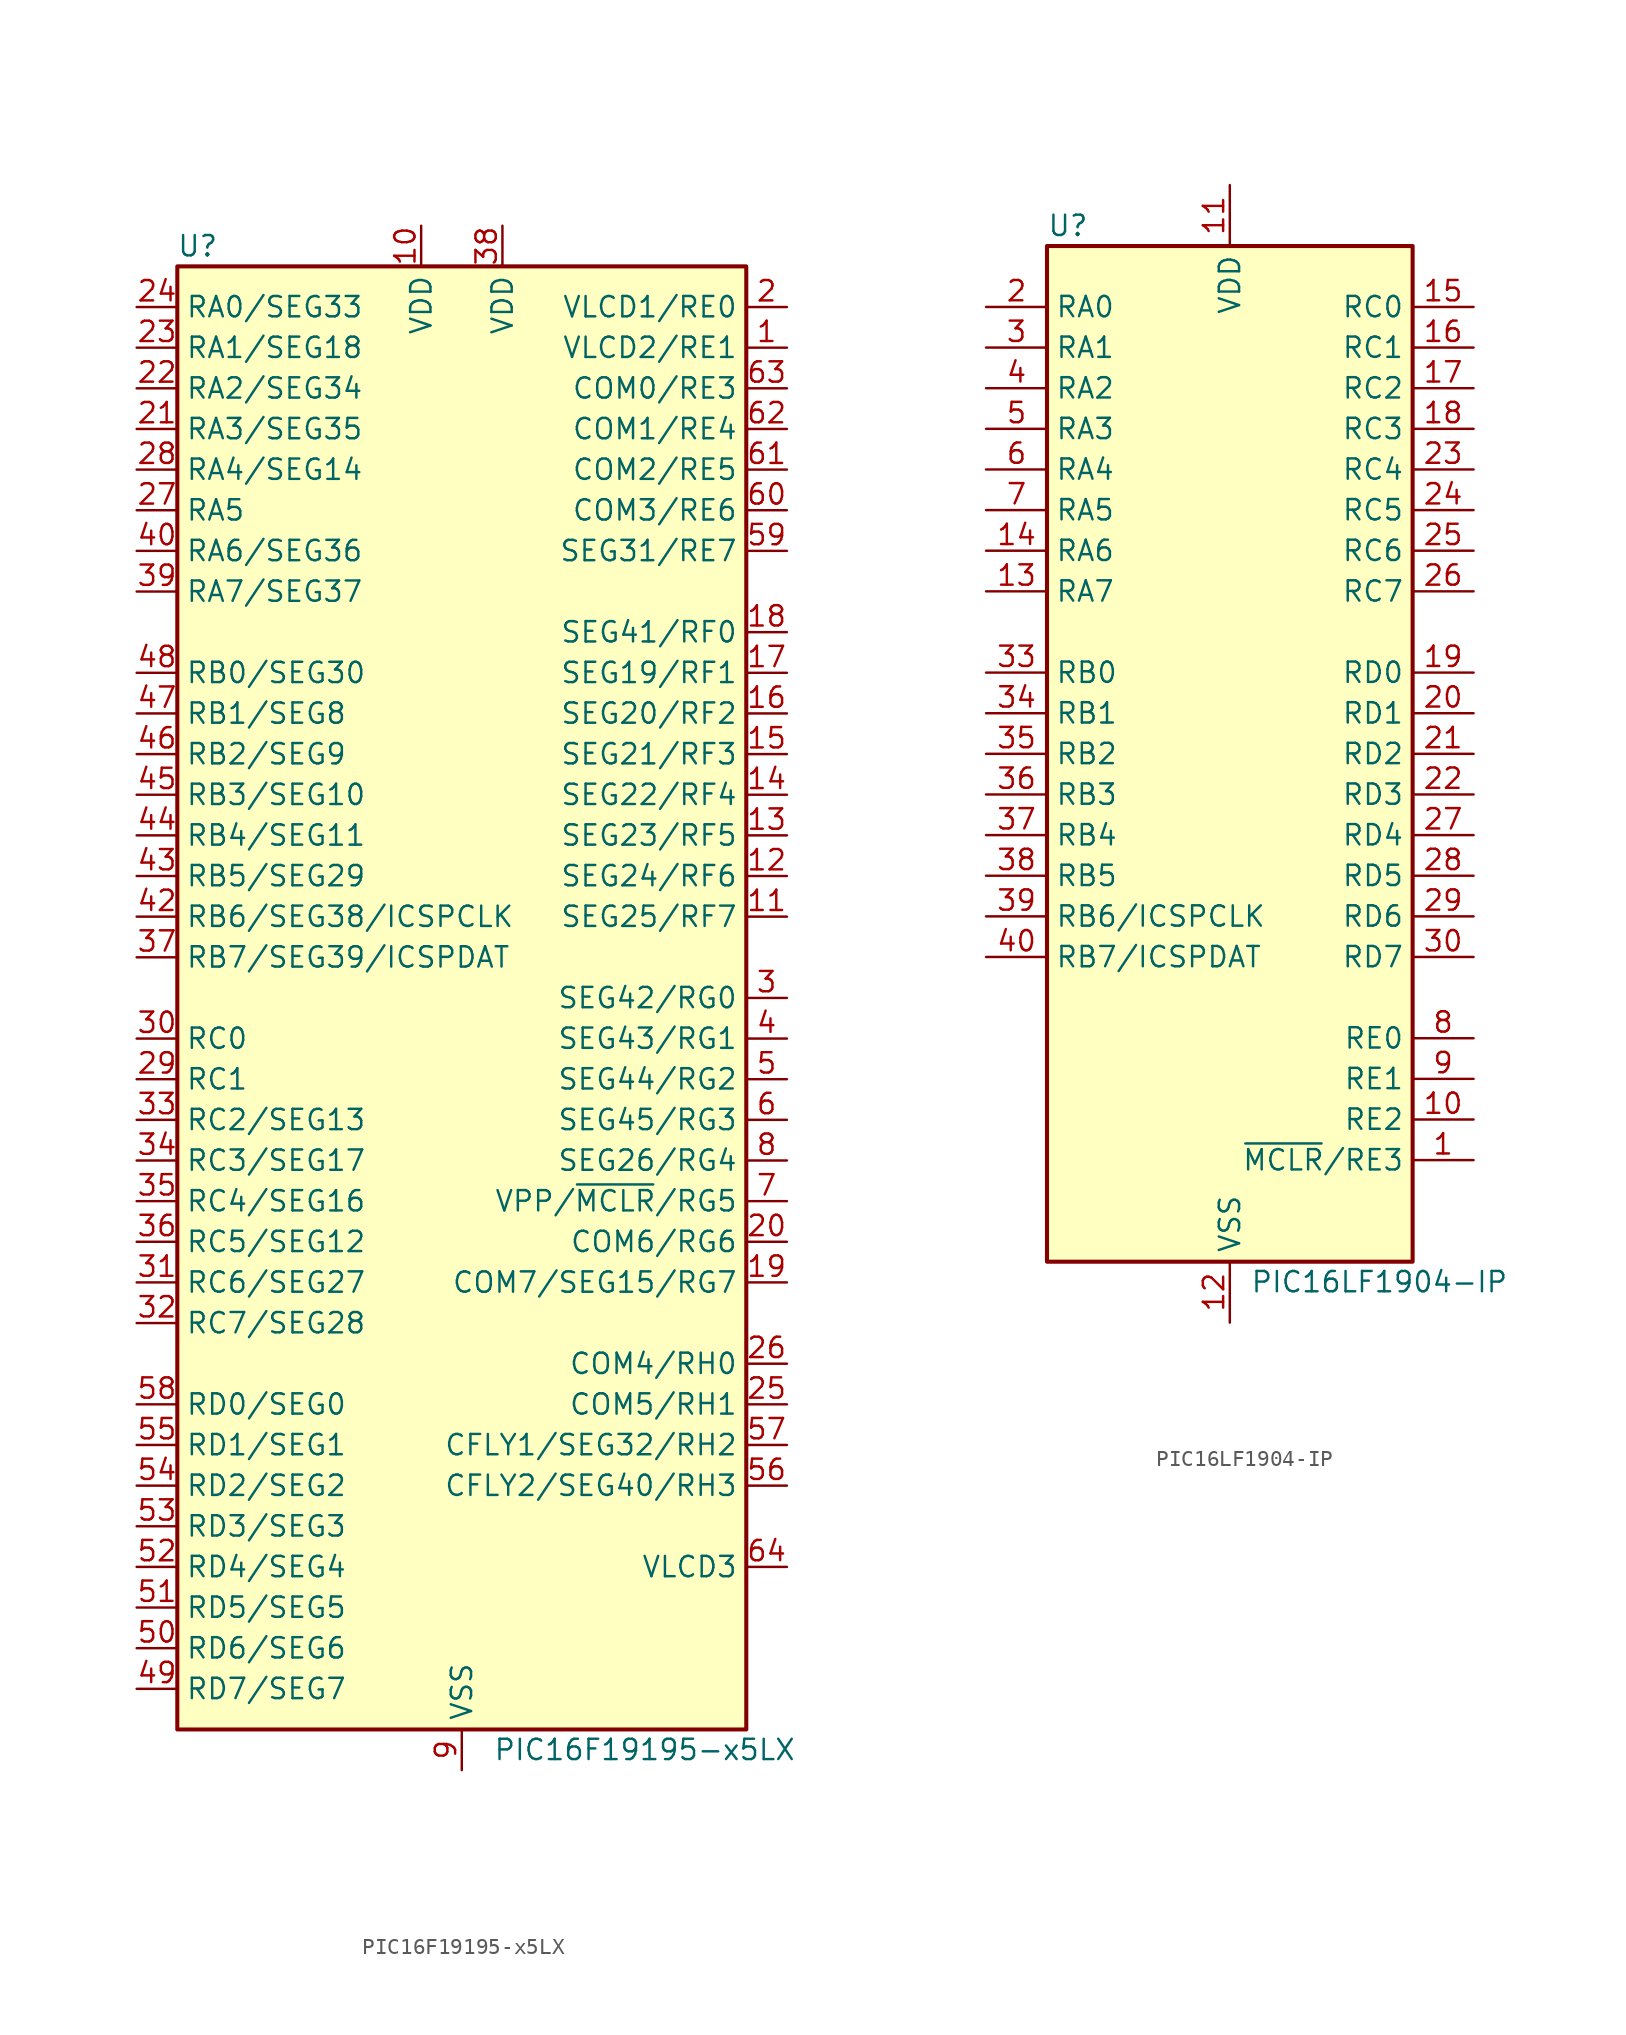
<source format=kicad_sym>
(kicad_symbol_lib
  (version 20220914)
  (generator kicad_symbol_editor)
  (symbol "PIC16F19195-x5LX"
    (property "Reference" "U"
      (at -16.51 46.99 0)
      (effects (font (size 1.27 1.27))))
    (property "Value" "PIC16F19195-x5LX"
      (at 11.43 -46.99 0)
      (effects (font (size 1.27 1.27))))
    (symbol "PIC16F19195-x5LX_0_1"
      (rectangle (start -17.78 45.72) (end 17.78 -45.72) (stroke (width 0.254) (type default)) (fill (type background))))
    (symbol "PIC16F19195-x5LX_1_1"
      (pin bidirectional line (at 20.32 40.64 180) (length 2.54) (name "VLCD2/RE1" (effects (font (size 1.27 1.27)))) (number "1" (effects (font (size 1.27 1.27)))))
      (pin power_in line (at -2.54 48.26 270) (length 2.54) (name "VDD" (effects (font (size 1.27 1.27)))) (number "10" (effects (font (size 1.27 1.27)))))
      (pin bidirectional line (at 20.32 5.08 180) (length 2.54) (name "SEG25/RF7" (effects (font (size 1.27 1.27)))) (number "11" (effects (font (size 1.27 1.27)))))
      (pin bidirectional line (at 20.32 7.62 180) (length 2.54) (name "SEG24/RF6" (effects (font (size 1.27 1.27)))) (number "12" (effects (font (size 1.27 1.27)))))
      (pin bidirectional line (at 20.32 10.16 180) (length 2.54) (name "SEG23/RF5" (effects (font (size 1.27 1.27)))) (number "13" (effects (font (size 1.27 1.27)))))
      (pin bidirectional line (at 20.32 12.7 180) (length 2.54) (name "SEG22/RF4" (effects (font (size 1.27 1.27)))) (number "14" (effects (font (size 1.27 1.27)))))
      (pin bidirectional line (at 20.32 15.24 180) (length 2.54) (name "SEG21/RF3" (effects (font (size 1.27 1.27)))) (number "15" (effects (font (size 1.27 1.27)))))
      (pin bidirectional line (at 20.32 17.78 180) (length 2.54) (name "SEG20/RF2" (effects (font (size 1.27 1.27)))) (number "16" (effects (font (size 1.27 1.27)))))
      (pin bidirectional line (at 20.32 20.32 180) (length 2.54) (name "SEG19/RF1" (effects (font (size 1.27 1.27)))) (number "17" (effects (font (size 1.27 1.27)))))
      (pin bidirectional line (at 20.32 22.86 180) (length 2.54) (name "SEG41/RF0" (effects (font (size 1.27 1.27)))) (number "18" (effects (font (size 1.27 1.27)))))
      (pin bidirectional line (at 20.32 -17.78 180) (length 2.54) (name "COM7/SEG15/RG7" (effects (font (size 1.27 1.27)))) (number "19" (effects (font (size 1.27 1.27)))))
      (pin bidirectional line (at 20.32 43.18 180) (length 2.54) (name "VLCD1/RE0" (effects (font (size 1.27 1.27)))) (number "2" (effects (font (size 1.27 1.27)))))
      (pin bidirectional line (at 20.32 -15.24 180) (length 2.54) (name "COM6/RG6" (effects (font (size 1.27 1.27)))) (number "20" (effects (font (size 1.27 1.27)))))
      (pin bidirectional line (at -20.32 35.56 0) (length 2.54) (name "RA3/SEG35" (effects (font (size 1.27 1.27)))) (number "21" (effects (font (size 1.27 1.27)))))
      (pin bidirectional line (at -20.32 38.1 0) (length 2.54) (name "RA2/SEG34" (effects (font (size 1.27 1.27)))) (number "22" (effects (font (size 1.27 1.27)))))
      (pin bidirectional line (at -20.32 40.64 0) (length 2.54) (name "RA1/SEG18" (effects (font (size 1.27 1.27)))) (number "23" (effects (font (size 1.27 1.27)))))
      (pin bidirectional line (at -20.32 43.18 0) (length 2.54) (name "RA0/SEG33" (effects (font (size 1.27 1.27)))) (number "24" (effects (font (size 1.27 1.27)))))
      (pin bidirectional line (at 20.32 -25.4 180) (length 2.54) (name "COM5/RH1" (effects (font (size 1.27 1.27)))) (number "25" (effects (font (size 1.27 1.27)))))
      (pin bidirectional line (at 20.32 -22.86 180) (length 2.54) (name "COM4/RH0" (effects (font (size 1.27 1.27)))) (number "26" (effects (font (size 1.27 1.27)))))
      (pin bidirectional line (at -20.32 30.48 0) (length 2.54) (name "RA5" (effects (font (size 1.27 1.27)))) (number "27" (effects (font (size 1.27 1.27)))))
      (pin bidirectional line (at -20.32 33.02 0) (length 2.54) (name "RA4/SEG14" (effects (font (size 1.27 1.27)))) (number "28" (effects (font (size 1.27 1.27)))))
      (pin bidirectional line (at -20.32 -5.08 0) (length 2.54) (name "RC1" (effects (font (size 1.27 1.27)))) (number "29" (effects (font (size 1.27 1.27)))))
      (pin bidirectional line (at 20.32 0 180) (length 2.54) (name "SEG42/RG0" (effects (font (size 1.27 1.27)))) (number "3" (effects (font (size 1.27 1.27)))))
      (pin bidirectional line (at -20.32 -2.54 0) (length 2.54) (name "RC0" (effects (font (size 1.27 1.27)))) (number "30" (effects (font (size 1.27 1.27)))))
      (pin bidirectional line (at -20.32 -17.78 0) (length 2.54) (name "RC6/SEG27" (effects (font (size 1.27 1.27)))) (number "31" (effects (font (size 1.27 1.27)))))
      (pin bidirectional line (at -20.32 -20.32 0) (length 2.54) (name "RC7/SEG28" (effects (font (size 1.27 1.27)))) (number "32" (effects (font (size 1.27 1.27)))))
      (pin bidirectional line (at -20.32 -7.62 0) (length 2.54) (name "RC2/SEG13" (effects (font (size 1.27 1.27)))) (number "33" (effects (font (size 1.27 1.27)))))
      (pin bidirectional line (at -20.32 -10.16 0) (length 2.54) (name "RC3/SEG17" (effects (font (size 1.27 1.27)))) (number "34" (effects (font (size 1.27 1.27)))))
      (pin bidirectional line (at -20.32 -12.7 0) (length 2.54) (name "RC4/SEG16" (effects (font (size 1.27 1.27)))) (number "35" (effects (font (size 1.27 1.27)))))
      (pin bidirectional line (at -20.32 -15.24 0) (length 2.54) (name "RC5/SEG12" (effects (font (size 1.27 1.27)))) (number "36" (effects (font (size 1.27 1.27)))))
      (pin bidirectional line (at -20.32 2.54 0) (length 2.54) (name "RB7/SEG39/ICSPDAT" (effects (font (size 1.27 1.27)))) (number "37" (effects (font (size 1.27 1.27)))))
      (pin power_in line (at 2.54 48.26 270) (length 2.54) (name "VDD" (effects (font (size 1.27 1.27)))) (number "38" (effects (font (size 1.27 1.27)))))
      (pin bidirectional line (at -20.32 25.4 0) (length 2.54) (name "RA7/SEG37" (effects (font (size 1.27 1.27)))) (number "39" (effects (font (size 1.27 1.27)))))
      (pin bidirectional line (at 20.32 -2.54 180) (length 2.54) (name "SEG43/RG1" (effects (font (size 1.27 1.27)))) (number "4" (effects (font (size 1.27 1.27)))))
      (pin bidirectional line (at -20.32 27.94 0) (length 2.54) (name "RA6/SEG36" (effects (font (size 1.27 1.27)))) (number "40" (effects (font (size 1.27 1.27)))))
      (pin passive line (at 0 -48.26 90) (length 2.54) hide (name "VSS" (effects (font (size 1.27 1.27)))) (number "41" (effects (font (size 1.27 1.27)))))
      (pin bidirectional line (at -20.32 5.08 0) (length 2.54) (name "RB6/SEG38/ICSPCLK" (effects (font (size 1.27 1.27)))) (number "42" (effects (font (size 1.27 1.27)))))
      (pin bidirectional line (at -20.32 7.62 0) (length 2.54) (name "RB5/SEG29" (effects (font (size 1.27 1.27)))) (number "43" (effects (font (size 1.27 1.27)))))
      (pin bidirectional line (at -20.32 10.16 0) (length 2.54) (name "RB4/SEG11" (effects (font (size 1.27 1.27)))) (number "44" (effects (font (size 1.27 1.27)))))
      (pin bidirectional line (at -20.32 12.7 0) (length 2.54) (name "RB3/SEG10" (effects (font (size 1.27 1.27)))) (number "45" (effects (font (size 1.27 1.27)))))
      (pin bidirectional line (at -20.32 15.24 0) (length 2.54) (name "RB2/SEG9" (effects (font (size 1.27 1.27)))) (number "46" (effects (font (size 1.27 1.27)))))
      (pin bidirectional line (at -20.32 17.78 0) (length 2.54) (name "RB1/SEG8" (effects (font (size 1.27 1.27)))) (number "47" (effects (font (size 1.27 1.27)))))
      (pin bidirectional line (at -20.32 20.32 0) (length 2.54) (name "RB0/SEG30" (effects (font (size 1.27 1.27)))) (number "48" (effects (font (size 1.27 1.27)))))
      (pin bidirectional line (at -20.32 -43.18 0) (length 2.54) (name "RD7/SEG7" (effects (font (size 1.27 1.27)))) (number "49" (effects (font (size 1.27 1.27)))))
      (pin bidirectional line (at 20.32 -5.08 180) (length 2.54) (name "SEG44/RG2" (effects (font (size 1.27 1.27)))) (number "5" (effects (font (size 1.27 1.27)))))
      (pin bidirectional line (at -20.32 -40.64 0) (length 2.54) (name "RD6/SEG6" (effects (font (size 1.27 1.27)))) (number "50" (effects (font (size 1.27 1.27)))))
      (pin bidirectional line (at -20.32 -38.1 0) (length 2.54) (name "RD5/SEG5" (effects (font (size 1.27 1.27)))) (number "51" (effects (font (size 1.27 1.27)))))
      (pin bidirectional line (at -20.32 -35.56 0) (length 2.54) (name "RD4/SEG4" (effects (font (size 1.27 1.27)))) (number "52" (effects (font (size 1.27 1.27)))))
      (pin bidirectional line (at -20.32 -33.02 0) (length 2.54) (name "RD3/SEG3" (effects (font (size 1.27 1.27)))) (number "53" (effects (font (size 1.27 1.27)))))
      (pin bidirectional line (at -20.32 -30.48 0) (length 2.54) (name "RD2/SEG2" (effects (font (size 1.27 1.27)))) (number "54" (effects (font (size 1.27 1.27)))))
      (pin bidirectional line (at -20.32 -27.94 0) (length 2.54) (name "RD1/SEG1" (effects (font (size 1.27 1.27)))) (number "55" (effects (font (size 1.27 1.27)))))
      (pin bidirectional line (at 20.32 -30.48 180) (length 2.54) (name "CFLY2/SEG40/RH3" (effects (font (size 1.27 1.27)))) (number "56" (effects (font (size 1.27 1.27)))))
      (pin bidirectional line (at 20.32 -27.94 180) (length 2.54) (name "CFLY1/SEG32/RH2" (effects (font (size 1.27 1.27)))) (number "57" (effects (font (size 1.27 1.27)))))
      (pin bidirectional line (at -20.32 -25.4 0) (length 2.54) (name "RD0/SEG0" (effects (font (size 1.27 1.27)))) (number "58" (effects (font (size 1.27 1.27)))))
      (pin bidirectional line (at 20.32 27.94 180) (length 2.54) (name "SEG31/RE7" (effects (font (size 1.27 1.27)))) (number "59" (effects (font (size 1.27 1.27)))))
      (pin bidirectional line (at 20.32 -7.62 180) (length 2.54) (name "SEG45/RG3" (effects (font (size 1.27 1.27)))) (number "6" (effects (font (size 1.27 1.27)))))
      (pin bidirectional line (at 20.32 30.48 180) (length 2.54) (name "COM3/RE6" (effects (font (size 1.27 1.27)))) (number "60" (effects (font (size 1.27 1.27)))))
      (pin bidirectional line (at 20.32 33.02 180) (length 2.54) (name "COM2/RE5" (effects (font (size 1.27 1.27)))) (number "61" (effects (font (size 1.27 1.27)))))
      (pin bidirectional line (at 20.32 35.56 180) (length 2.54) (name "COM1/RE4" (effects (font (size 1.27 1.27)))) (number "62" (effects (font (size 1.27 1.27)))))
      (pin bidirectional line (at 20.32 38.1 180) (length 2.54) (name "COM0/RE3" (effects (font (size 1.27 1.27)))) (number "63" (effects (font (size 1.27 1.27)))))
      (pin input line (at 20.32 -35.56 180) (length 2.54) (name "VLCD3" (effects (font (size 1.27 1.27)))) (number "64" (effects (font (size 1.27 1.27)))))
      (pin passive line (at 0 -48.26 90) (length 2.54) hide (name "VSS" (effects (font (size 1.27 1.27)))) (number "65" (effects (font (size 1.27 1.27)))))
      (pin bidirectional line (at 20.32 -12.7 180) (length 2.54) (name "VPP/~{MCLR}/RG5" (effects (font (size 1.27 1.27)))) (number "7" (effects (font (size 1.27 1.27)))))
      (pin bidirectional line (at 20.32 -10.16 180) (length 2.54) (name "SEG26/RG4" (effects (font (size 1.27 1.27)))) (number "8" (effects (font (size 1.27 1.27)))))
      (pin power_in line (at 0 -48.26 90) (length 2.54) (name "VSS" (effects (font (size 1.27 1.27)))) (number "9" (effects (font (size 1.27 1.27)))))))
  (symbol "PIC16LF1904-IP"
    (property "Reference" "U"
      (at -11.43 33.02 0)
      (effects (font (size 1.27 1.27)) (justify left)))
    (property "Value" "PIC16LF1904-IP"
      (at 1.27 -33.02 0)
      (effects (font (size 1.27 1.27)) (justify left)))
    (symbol "PIC16LF1904-IP_0_1"
      (rectangle (start -11.43 31.75) (end 11.43 -31.75) (stroke (width 0.254) (type default)) (fill (type background))))
    (symbol "PIC16LF1904-IP_1_1"
      (pin bidirectional line (at 15.24 -25.4 180) (length 3.81) (name "~{MCLR}/RE3" (effects (font (size 1.27 1.27)))) (number "1" (effects (font (size 1.27 1.27)))) (alternate "VPP" bidirectional line))
      (pin bidirectional line (at 15.24 -22.86 180) (length 3.81) (name "RE2" (effects (font (size 1.27 1.27)))) (number "10" (effects (font (size 1.27 1.27)))) (alternate "AN7" bidirectional line) (alternate "SEG23" bidirectional line))
      (pin power_in line (at 0 35.56 270) (length 3.81) (name "VDD" (effects (font (size 1.27 1.27)))) (number "11" (effects (font (size 1.27 1.27)))))
      (pin power_in line (at 0 -35.56 90) (length 3.81) (name "VSS" (effects (font (size 1.27 1.27)))) (number "12" (effects (font (size 1.27 1.27)))))
      (pin bidirectional line (at -15.24 10.16 0) (length 3.81) (name "RA7" (effects (font (size 1.27 1.27)))) (number "13" (effects (font (size 1.27 1.27)))) (alternate "CLKIN" bidirectional line) (alternate "SEG2" bidirectional line))
      (pin bidirectional line (at -15.24 12.7 0) (length 3.81) (name "RA6" (effects (font (size 1.27 1.27)))) (number "14" (effects (font (size 1.27 1.27)))) (alternate "CLKOUT" bidirectional line) (alternate "SEG1" bidirectional line))
      (pin bidirectional line (at 15.24 27.94 180) (length 3.81) (name "RC0" (effects (font (size 1.27 1.27)))) (number "15" (effects (font (size 1.27 1.27)))) (alternate "T1CKI" bidirectional line) (alternate "T1OSO" bidirectional line))
      (pin bidirectional line (at 15.24 25.4 180) (length 3.81) (name "RC1" (effects (font (size 1.27 1.27)))) (number "16" (effects (font (size 1.27 1.27)))) (alternate "T1OSI" bidirectional line))
      (pin bidirectional line (at 15.24 22.86 180) (length 3.81) (name "RC2" (effects (font (size 1.27 1.27)))) (number "17" (effects (font (size 1.27 1.27)))) (alternate "SEG3" bidirectional line))
      (pin bidirectional line (at 15.24 20.32 180) (length 3.81) (name "RC3" (effects (font (size 1.27 1.27)))) (number "18" (effects (font (size 1.27 1.27)))) (alternate "SEG6" bidirectional line))
      (pin bidirectional line (at 15.24 5.08 180) (length 3.81) (name "RD0" (effects (font (size 1.27 1.27)))) (number "19" (effects (font (size 1.27 1.27)))) (alternate "COM3" bidirectional line))
      (pin bidirectional line (at -15.24 27.94 0) (length 3.81) (name "RA0" (effects (font (size 1.27 1.27)))) (number "2" (effects (font (size 1.27 1.27)))) (alternate "AN0" bidirectional line) (alternate "SEG12" bidirectional line))
      (pin bidirectional line (at 15.24 2.54 180) (length 3.81) (name "RD1" (effects (font (size 1.27 1.27)))) (number "20" (effects (font (size 1.27 1.27)))) (alternate "SEG27" bidirectional line))
      (pin bidirectional line (at 15.24 0 180) (length 3.81) (name "RD2" (effects (font (size 1.27 1.27)))) (number "21" (effects (font (size 1.27 1.27)))) (alternate "SEG28" bidirectional line))
      (pin bidirectional line (at 15.24 -2.54 180) (length 3.81) (name "RD3" (effects (font (size 1.27 1.27)))) (number "22" (effects (font (size 1.27 1.27)))) (alternate "SEG16" bidirectional line))
      (pin bidirectional line (at 15.24 17.78 180) (length 3.81) (name "RC4" (effects (font (size 1.27 1.27)))) (number "23" (effects (font (size 1.27 1.27)))) (alternate "SEG11" bidirectional line) (alternate "T1G" bidirectional line))
      (pin bidirectional line (at 15.24 15.24 180) (length 3.81) (name "RC5" (effects (font (size 1.27 1.27)))) (number "24" (effects (font (size 1.27 1.27)))) (alternate "SEG10" bidirectional line))
      (pin bidirectional line (at 15.24 12.7 180) (length 3.81) (name "RC6" (effects (font (size 1.27 1.27)))) (number "25" (effects (font (size 1.27 1.27)))) (alternate "CK" bidirectional line) (alternate "SEG9" bidirectional line) (alternate "TX" bidirectional line))
      (pin bidirectional line (at 15.24 10.16 180) (length 3.81) (name "RC7" (effects (font (size 1.27 1.27)))) (number "26" (effects (font (size 1.27 1.27)))) (alternate "DT" bidirectional line) (alternate "RX" bidirectional line) (alternate "SEG8" bidirectional line))
      (pin bidirectional line (at 15.24 -5.08 180) (length 3.81) (name "RD4" (effects (font (size 1.27 1.27)))) (number "27" (effects (font (size 1.27 1.27)))) (alternate "SEG17" bidirectional line))
      (pin bidirectional line (at 15.24 -7.62 180) (length 3.81) (name "RD5" (effects (font (size 1.27 1.27)))) (number "28" (effects (font (size 1.27 1.27)))) (alternate "SEG18" bidirectional line))
      (pin bidirectional line (at 15.24 -10.16 180) (length 3.81) (name "RD6" (effects (font (size 1.27 1.27)))) (number "29" (effects (font (size 1.27 1.27)))) (alternate "SEG19" bidirectional line))
      (pin bidirectional line (at -15.24 25.4 0) (length 3.81) (name "RA1" (effects (font (size 1.27 1.27)))) (number "3" (effects (font (size 1.27 1.27)))) (alternate "AN1" bidirectional line) (alternate "SEG7" bidirectional line))
      (pin bidirectional line (at 15.24 -12.7 180) (length 3.81) (name "RD7" (effects (font (size 1.27 1.27)))) (number "30" (effects (font (size 1.27 1.27)))) (alternate "SEG20" bidirectional line))
      (pin passive line (at 0 -35.56 90) (length 3.81) hide (name "VSS" (effects (font (size 1.27 1.27)))) (number "31" (effects (font (size 1.27 1.27)))))
      (pin passive line (at 0 35.56 270) (length 3.81) hide (name "VDD" (effects (font (size 1.27 1.27)))) (number "32" (effects (font (size 1.27 1.27)))))
      (pin bidirectional line (at -15.24 5.08 0) (length 3.81) (name "RB0" (effects (font (size 1.27 1.27)))) (number "33" (effects (font (size 1.27 1.27)))) (alternate "AN12" bidirectional line) (alternate "INT" bidirectional line) (alternate "SEG0" bidirectional line))
      (pin bidirectional line (at -15.24 2.54 0) (length 3.81) (name "RB1" (effects (font (size 1.27 1.27)))) (number "34" (effects (font (size 1.27 1.27)))) (alternate "AN10" bidirectional line) (alternate "SEG24" bidirectional line) (alternate "VLCD1" bidirectional line))
      (pin bidirectional line (at -15.24 0 0) (length 3.81) (name "RB2" (effects (font (size 1.27 1.27)))) (number "35" (effects (font (size 1.27 1.27)))) (alternate "AN8" bidirectional line) (alternate "SEG25" bidirectional line) (alternate "VLCD2" bidirectional line))
      (pin bidirectional line (at -15.24 -2.54 0) (length 3.81) (name "RB3" (effects (font (size 1.27 1.27)))) (number "36" (effects (font (size 1.27 1.27)))) (alternate "AN9" bidirectional line) (alternate "SEG26" bidirectional line) (alternate "VLCD3" bidirectional line))
      (pin bidirectional line (at -15.24 -5.08 0) (length 3.81) (name "RB4" (effects (font (size 1.27 1.27)))) (number "37" (effects (font (size 1.27 1.27)))) (alternate "AN11" bidirectional line) (alternate "COM0" bidirectional line))
      (pin bidirectional line (at -15.24 -7.62 0) (length 3.81) (name "RB5" (effects (font (size 1.27 1.27)))) (number "38" (effects (font (size 1.27 1.27)))) (alternate "AN13" bidirectional line) (alternate "COM1" bidirectional line))
      (pin bidirectional line (at -15.24 -10.16 0) (length 3.81) (name "RB6/ICSPCLK" (effects (font (size 1.27 1.27)))) (number "39" (effects (font (size 1.27 1.27)))) (alternate "ICDCLK" bidirectional line) (alternate "SEG14" bidirectional line))
      (pin bidirectional line (at -15.24 22.86 0) (length 3.81) (name "RA2" (effects (font (size 1.27 1.27)))) (number "4" (effects (font (size 1.27 1.27)))) (alternate "AN2" bidirectional line) (alternate "COM2" bidirectional line))
      (pin bidirectional line (at -15.24 -12.7 0) (length 3.81) (name "RB7/ICSPDAT" (effects (font (size 1.27 1.27)))) (number "40" (effects (font (size 1.27 1.27)))) (alternate "ICDDAT" bidirectional line) (alternate "SEG13" bidirectional line))
      (pin bidirectional line (at -15.24 20.32 0) (length 3.81) (name "RA3" (effects (font (size 1.27 1.27)))) (number "5" (effects (font (size 1.27 1.27)))) (alternate "AN3" bidirectional line) (alternate "SEG15" bidirectional line) (alternate "VREF+" bidirectional line))
      (pin bidirectional line (at -15.24 17.78 0) (length 3.81) (name "RA4" (effects (font (size 1.27 1.27)))) (number "6" (effects (font (size 1.27 1.27)))) (alternate "SEG4" bidirectional line) (alternate "T0CKI" bidirectional line))
      (pin bidirectional line (at -15.24 15.24 0) (length 3.81) (name "RA5" (effects (font (size 1.27 1.27)))) (number "7" (effects (font (size 1.27 1.27)))) (alternate "AN4" bidirectional line) (alternate "SEG5" bidirectional line))
      (pin bidirectional line (at 15.24 -17.78 180) (length 3.81) (name "RE0" (effects (font (size 1.27 1.27)))) (number "8" (effects (font (size 1.27 1.27)))) (alternate "AN5" bidirectional line) (alternate "SEG21" bidirectional line))
      (pin bidirectional line (at 15.24 -20.32 180) (length 3.81) (name "RE1" (effects (font (size 1.27 1.27)))) (number "9" (effects (font (size 1.27 1.27)))) (alternate "AN6" bidirectional line) (alternate "SEG22" bidirectional line)))))
</source>
